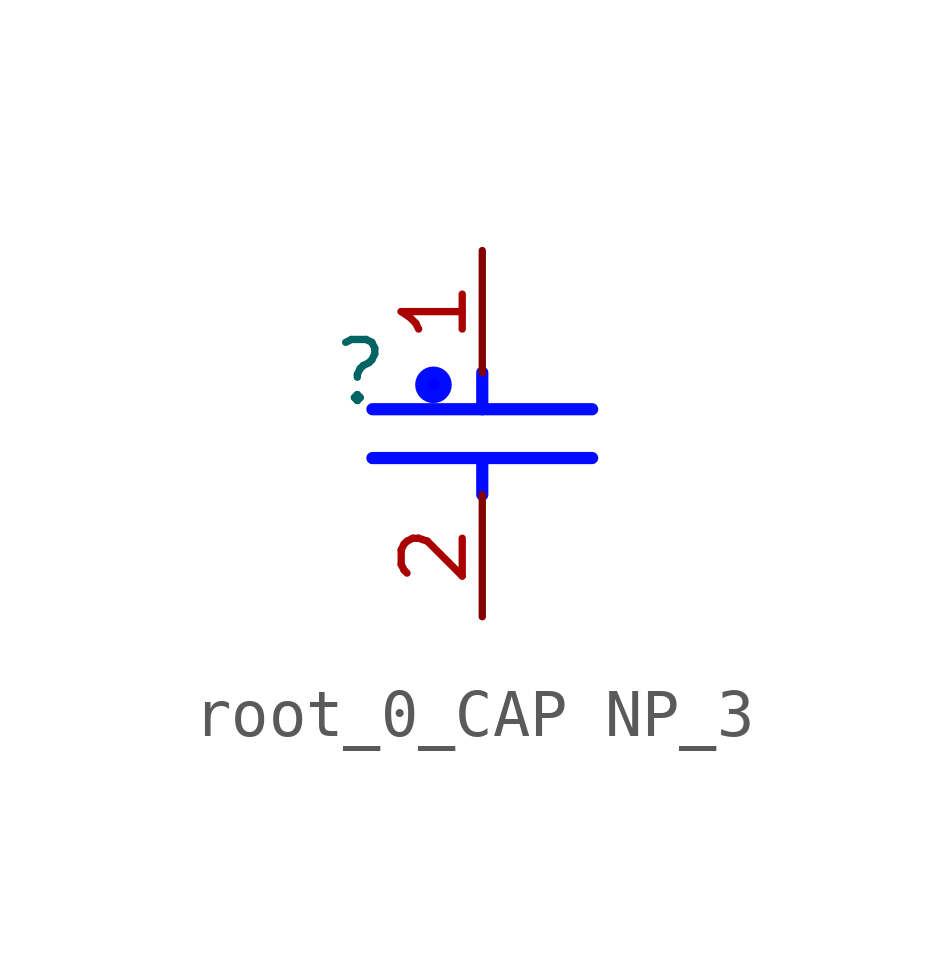
<source format=kicad_sym>
(kicad_symbol_lib
  (version 20231120)
  (generator "kicad_symbol_editor")
  (generator_version "8.0")
  (symbol "root_0_CAP NP_3"
    (property "Reference" ""
      (at 0 0 0)
      (effects (font (size 1.27 1.27))))
    (property "Value" ""
      (at 0 0 0)
      (effects (font (size 1.27 1.27))))
    (symbol "root_0_CAP NP_3_1_0"
      (polyline (pts (xy 0.254 -1.778) (xy 4.826 -1.778)) (stroke (width 0.254) (type solid) (color 0 11 255 1)) (fill (type none)))
      (polyline (pts (xy 0.254 -0.762) (xy 4.826 -0.762)) (stroke (width 0.254) (type solid) (color 0 11 255 1)) (fill (type none)))
      (polyline (pts (xy 2.54 -2.54) (xy 2.54 -1.778)) (stroke (width 0.254) (type solid) (color 0 11 255 1)) (fill (type none)))
      (polyline (pts (xy 2.54 0) (xy 2.54 -0.762)) (stroke (width 0.254) (type solid) (color 0 11 255 1)) (fill (type none)))
      (circle (center 1.524 -0.254) (radius 0.254) (stroke (width 0.254) (type solid) (color 0 11 255 1)) (fill (type color) (color 0 0 255 1)))
      (pin passive line (at 2.54 2.54 270) (length 2.54) (name "1" (effects (font (size 0 0)))) (number "1" (effects (font (size 1.27 1.27)))))
      (pin passive line (at 2.54 -5.08 90) (length 2.54) (name "2" (effects (font (size 0 0)))) (number "2" (effects (font (size 1.27 1.27))))))))
</source>
